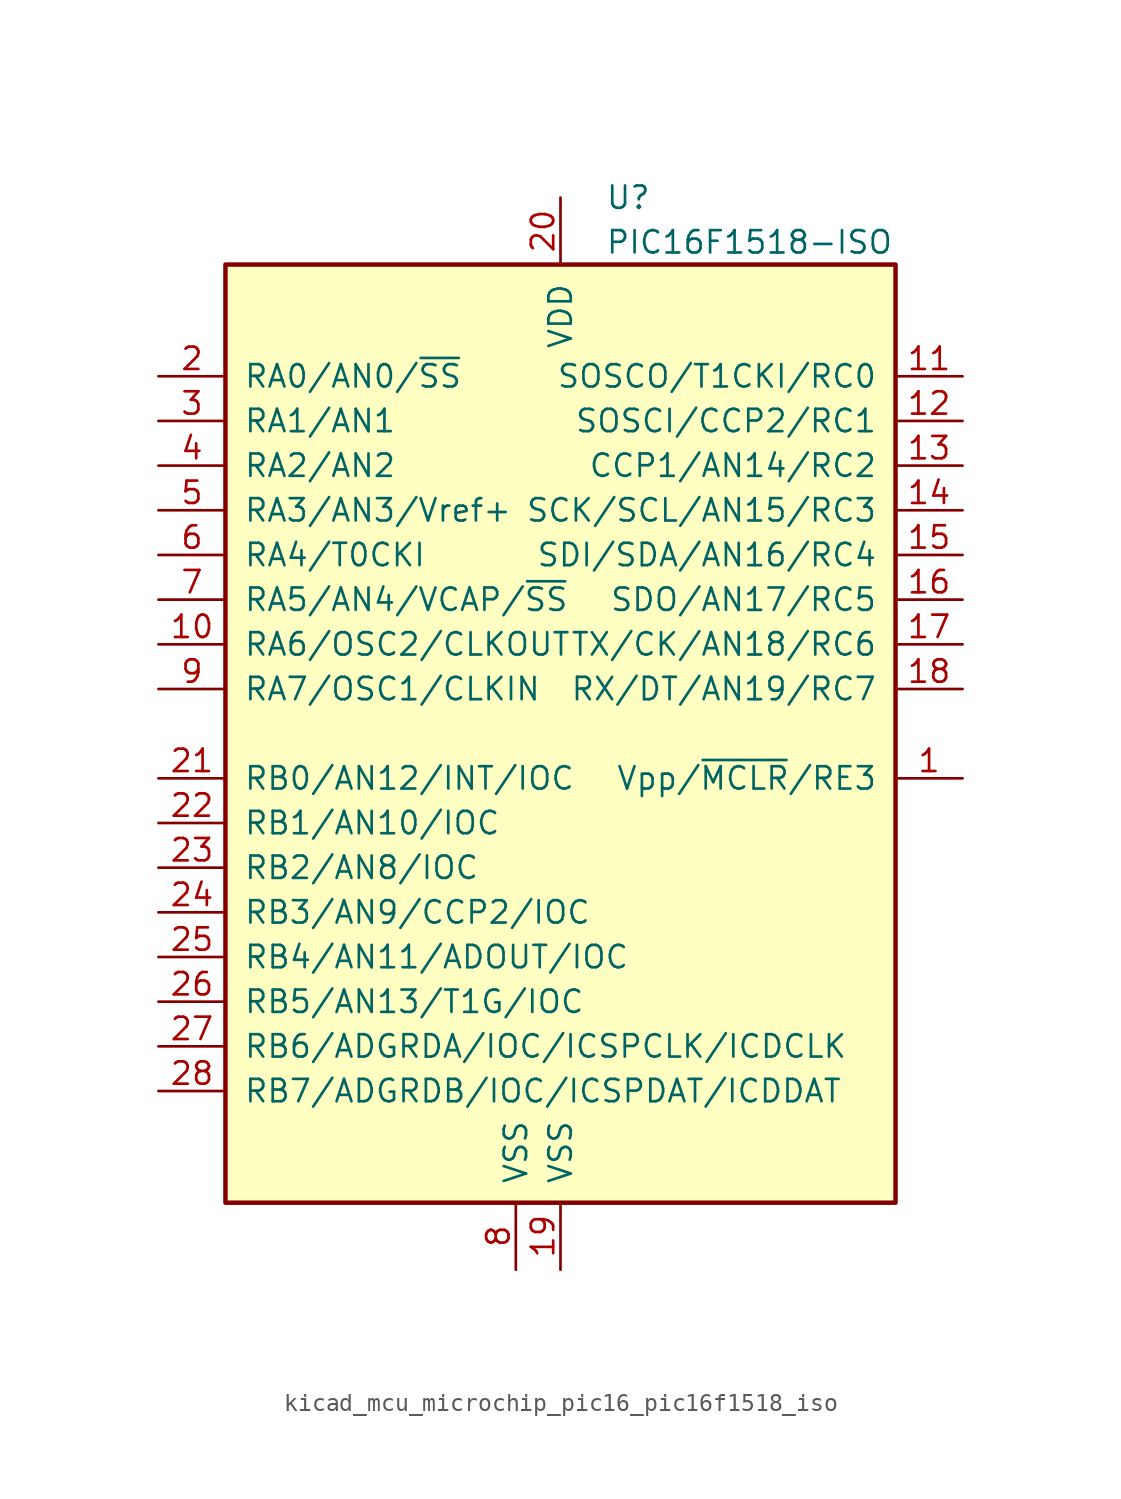
<source format=kicad_sym>
(kicad_symbol_lib
  (version 20220914)
  (generator kicad_symbol_editor)
  (symbol "kicad_mcu_microchip_pic16_pic16f1518_iso"
    (pin_names
      (offset 1.016))
    (property "Reference" "U"
      (at 2.54 30.48 0)
      (effects (font (size 1.27 1.27)) (justify left)))
    (property "Value" "PIC16F1518-ISO"
      (at 2.54 27.94 0)
      (effects (font (size 1.27 1.27)) (justify left)))
    (symbol "kicad_mcu_microchip_pic16_pic16f1518_iso_0_1"
      (rectangle (start -19.05 26.67) (end 19.05 -26.67) (stroke (width 0.254) (type default)) (fill (type background))))
    (symbol "kicad_mcu_microchip_pic16_pic16f1518_iso_1_1"
      (pin input line (at 22.86 -2.54 180) (length 3.81) (name "Vpp/~{MCLR}/RE3" (effects (font (size 1.27 1.27)))) (number "1" (effects (font (size 1.27 1.27)))))
      (pin bidirectional line (at -22.86 5.08 0) (length 3.81) (name "RA6/OSC2/CLKOUT" (effects (font (size 1.27 1.27)))) (number "10" (effects (font (size 1.27 1.27)))))
      (pin bidirectional line (at 22.86 20.32 180) (length 3.81) (name "SOSCO/T1CKI/RC0" (effects (font (size 1.27 1.27)))) (number "11" (effects (font (size 1.27 1.27)))))
      (pin bidirectional line (at 22.86 17.78 180) (length 3.81) (name "SOSCI/CCP2/RC1" (effects (font (size 1.27 1.27)))) (number "12" (effects (font (size 1.27 1.27)))))
      (pin bidirectional line (at 22.86 15.24 180) (length 3.81) (name "CCP1/AN14/RC2" (effects (font (size 1.27 1.27)))) (number "13" (effects (font (size 1.27 1.27)))))
      (pin bidirectional line (at 22.86 12.7 180) (length 3.81) (name "SCK/SCL/AN15/RC3" (effects (font (size 1.27 1.27)))) (number "14" (effects (font (size 1.27 1.27)))))
      (pin bidirectional line (at 22.86 10.16 180) (length 3.81) (name "SDI/SDA/AN16/RC4" (effects (font (size 1.27 1.27)))) (number "15" (effects (font (size 1.27 1.27)))))
      (pin bidirectional line (at 22.86 7.62 180) (length 3.81) (name "SDO/AN17/RC5" (effects (font (size 1.27 1.27)))) (number "16" (effects (font (size 1.27 1.27)))))
      (pin bidirectional line (at 22.86 5.08 180) (length 3.81) (name "TX/CK/AN18/RC6" (effects (font (size 1.27 1.27)))) (number "17" (effects (font (size 1.27 1.27)))))
      (pin bidirectional line (at 22.86 2.54 180) (length 3.81) (name "RX/DT/AN19/RC7" (effects (font (size 1.27 1.27)))) (number "18" (effects (font (size 1.27 1.27)))))
      (pin power_in line (at 0 -30.48 90) (length 3.81) (name "VSS" (effects (font (size 1.27 1.27)))) (number "19" (effects (font (size 1.27 1.27)))))
      (pin bidirectional line (at -22.86 20.32 0) (length 3.81) (name "RA0/AN0/~{SS}" (effects (font (size 1.27 1.27)))) (number "2" (effects (font (size 1.27 1.27)))))
      (pin power_in line (at 0 30.48 270) (length 3.81) (name "VDD" (effects (font (size 1.27 1.27)))) (number "20" (effects (font (size 1.27 1.27)))))
      (pin bidirectional line (at -22.86 -2.54 0) (length 3.81) (name "RB0/AN12/INT/IOC" (effects (font (size 1.27 1.27)))) (number "21" (effects (font (size 1.27 1.27)))))
      (pin bidirectional line (at -22.86 -5.08 0) (length 3.81) (name "RB1/AN10/IOC" (effects (font (size 1.27 1.27)))) (number "22" (effects (font (size 1.27 1.27)))))
      (pin bidirectional line (at -22.86 -7.62 0) (length 3.81) (name "RB2/AN8/IOC" (effects (font (size 1.27 1.27)))) (number "23" (effects (font (size 1.27 1.27)))))
      (pin bidirectional line (at -22.86 -10.16 0) (length 3.81) (name "RB3/AN9/CCP2/IOC" (effects (font (size 1.27 1.27)))) (number "24" (effects (font (size 1.27 1.27)))))
      (pin bidirectional line (at -22.86 -12.7 0) (length 3.81) (name "RB4/AN11/ADOUT/IOC" (effects (font (size 1.27 1.27)))) (number "25" (effects (font (size 1.27 1.27)))))
      (pin bidirectional line (at -22.86 -15.24 0) (length 3.81) (name "RB5/AN13/T1G/IOC" (effects (font (size 1.27 1.27)))) (number "26" (effects (font (size 1.27 1.27)))))
      (pin bidirectional line (at -22.86 -17.78 0) (length 3.81) (name "RB6/ADGRDA/IOC/ICSPCLK/ICDCLK" (effects (font (size 1.27 1.27)))) (number "27" (effects (font (size 1.27 1.27)))))
      (pin bidirectional line (at -22.86 -20.32 0) (length 3.81) (name "RB7/ADGRDB/IOC/ICSPDAT/ICDDAT" (effects (font (size 1.27 1.27)))) (number "28" (effects (font (size 1.27 1.27)))))
      (pin bidirectional line (at -22.86 17.78 0) (length 3.81) (name "RA1/AN1" (effects (font (size 1.27 1.27)))) (number "3" (effects (font (size 1.27 1.27)))))
      (pin bidirectional line (at -22.86 15.24 0) (length 3.81) (name "RA2/AN2" (effects (font (size 1.27 1.27)))) (number "4" (effects (font (size 1.27 1.27)))))
      (pin bidirectional line (at -22.86 12.7 0) (length 3.81) (name "RA3/AN3/Vref+" (effects (font (size 1.27 1.27)))) (number "5" (effects (font (size 1.27 1.27)))))
      (pin bidirectional line (at -22.86 10.16 0) (length 3.81) (name "RA4/T0CKI" (effects (font (size 1.27 1.27)))) (number "6" (effects (font (size 1.27 1.27)))))
      (pin bidirectional line (at -22.86 7.62 0) (length 3.81) (name "RA5/AN4/VCAP/~{SS}" (effects (font (size 1.27 1.27)))) (number "7" (effects (font (size 1.27 1.27)))))
      (pin power_in line (at -2.54 -30.48 90) (length 3.81) (name "VSS" (effects (font (size 1.27 1.27)))) (number "8" (effects (font (size 1.27 1.27)))))
      (pin bidirectional line (at -22.86 2.54 0) (length 3.81) (name "RA7/OSC1/CLKIN" (effects (font (size 1.27 1.27)))) (number "9" (effects (font (size 1.27 1.27))))))))
</source>
